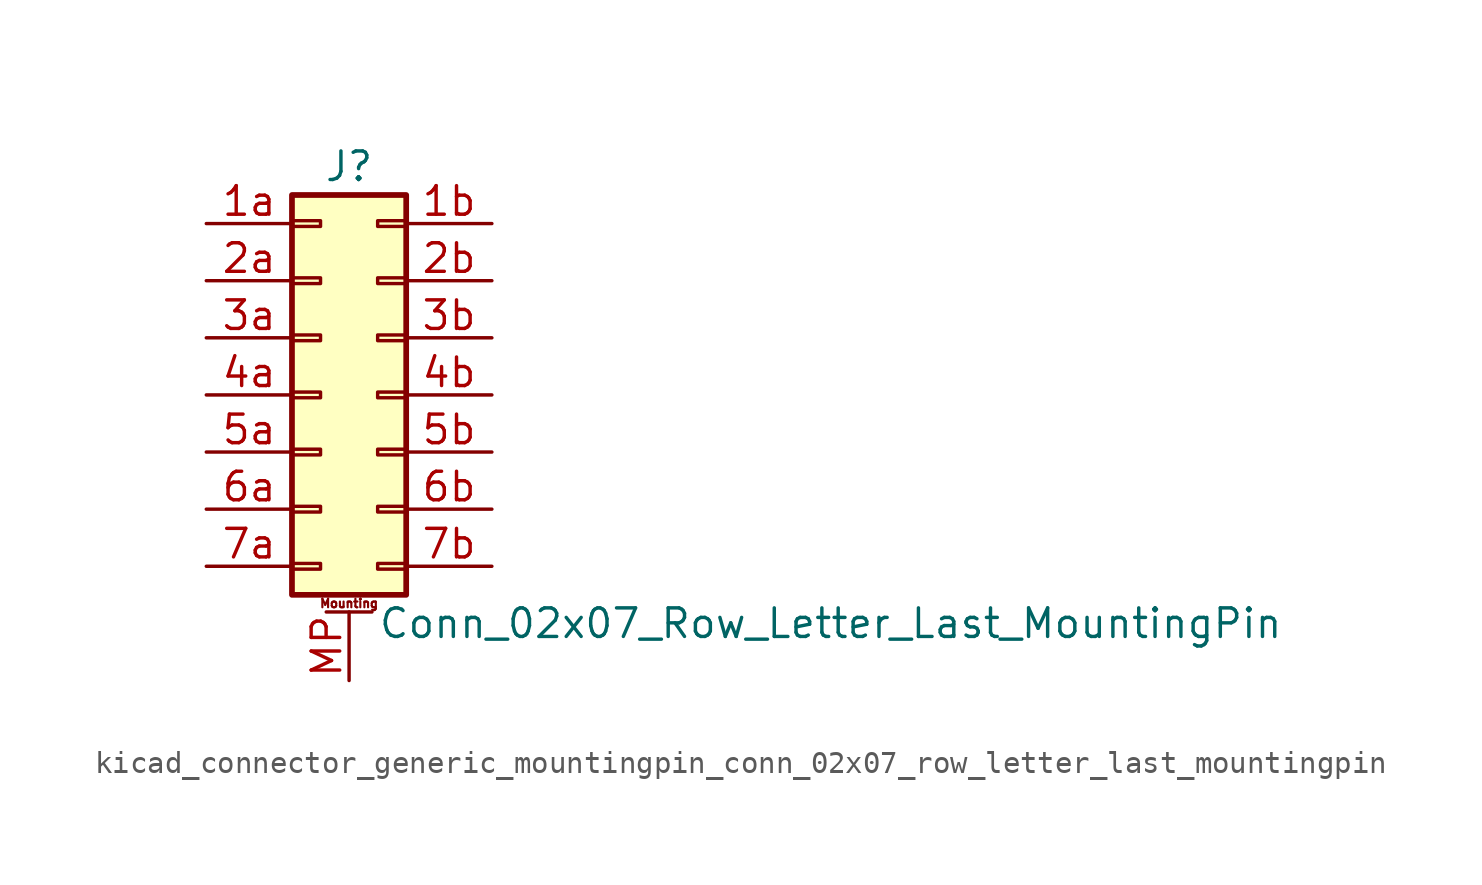
<source format=kicad_sym>
(kicad_symbol_lib
  (version 20220914)
  (generator kicad_symbol_editor)
  (symbol "kicad_connector_generic_mountingpin_conn_02x07_row_letter_last_mountingpin"
    (pin_names
      (offset 1.016) hide)
    (property "Reference" "J"
      (at 1.27 10.16 0)
      (effects (font (size 1.27 1.27))))
    (property "Value" "Conn_02x07_Row_Letter_Last_MountingPin"
      (at 2.54 -10.16 0)
      (effects (font (size 1.27 1.27)) (justify left)))
    (symbol "kicad_connector_generic_mountingpin_conn_02x07_row_letter_last_mountingpin_1_1"
      (rectangle (start -1.27 -7.493) (end 0 -7.747) (stroke (width 0.152) (type default)) (fill (type none)))
      (rectangle (start -1.27 -4.953) (end 0 -5.207) (stroke (width 0.152) (type default)) (fill (type none)))
      (rectangle (start -1.27 -2.413) (end 0 -2.667) (stroke (width 0.152) (type default)) (fill (type none)))
      (rectangle (start -1.27 0.127) (end 0 -0.127) (stroke (width 0.152) (type default)) (fill (type none)))
      (rectangle (start -1.27 2.667) (end 0 2.413) (stroke (width 0.152) (type default)) (fill (type none)))
      (rectangle (start -1.27 5.207) (end 0 4.953) (stroke (width 0.152) (type default)) (fill (type none)))
      (rectangle (start -1.27 7.747) (end 0 7.493) (stroke (width 0.152) (type default)) (fill (type none)))
      (rectangle (start -1.27 8.89) (end 3.81 -8.89) (stroke (width 0.254) (type default)) (fill (type background)))
      (polyline (pts (xy 0.254 -9.652) (xy 2.286 -9.652)) (stroke (width 0.152) (type default)) (fill (type none)))
      (rectangle (start 3.81 -7.493) (end 2.54 -7.747) (stroke (width 0.152) (type default)) (fill (type none)))
      (rectangle (start 3.81 -4.953) (end 2.54 -5.207) (stroke (width 0.152) (type default)) (fill (type none)))
      (rectangle (start 3.81 -2.413) (end 2.54 -2.667) (stroke (width 0.152) (type default)) (fill (type none)))
      (rectangle (start 3.81 0.127) (end 2.54 -0.127) (stroke (width 0.152) (type default)) (fill (type none)))
      (rectangle (start 3.81 2.667) (end 2.54 2.413) (stroke (width 0.152) (type default)) (fill (type none)))
      (rectangle (start 3.81 5.207) (end 2.54 4.953) (stroke (width 0.152) (type default)) (fill (type none)))
      (rectangle (start 3.81 7.747) (end 2.54 7.493) (stroke (width 0.152) (type default)) (fill (type none)))
      (text "Mounting" (at 1.27 -9.271 0) (effects (font (size 0.381 0.381))))
      (pin passive line (at -5.08 7.62 0) (length 3.81) (name "Pin_1a" (effects (font (size 1.27 1.27)))) (number "1a" (effects (font (size 1.27 1.27)))))
      (pin passive line (at 7.62 7.62 180) (length 3.81) (name "Pin_1b" (effects (font (size 1.27 1.27)))) (number "1b" (effects (font (size 1.27 1.27)))))
      (pin passive line (at -5.08 5.08 0) (length 3.81) (name "Pin_2a" (effects (font (size 1.27 1.27)))) (number "2a" (effects (font (size 1.27 1.27)))))
      (pin passive line (at 7.62 5.08 180) (length 3.81) (name "Pin_2b" (effects (font (size 1.27 1.27)))) (number "2b" (effects (font (size 1.27 1.27)))))
      (pin passive line (at -5.08 2.54 0) (length 3.81) (name "Pin_3a" (effects (font (size 1.27 1.27)))) (number "3a" (effects (font (size 1.27 1.27)))))
      (pin passive line (at 7.62 2.54 180) (length 3.81) (name "Pin_3b" (effects (font (size 1.27 1.27)))) (number "3b" (effects (font (size 1.27 1.27)))))
      (pin passive line (at -5.08 0 0) (length 3.81) (name "Pin_4a" (effects (font (size 1.27 1.27)))) (number "4a" (effects (font (size 1.27 1.27)))))
      (pin passive line (at 7.62 0 180) (length 3.81) (name "Pin_4b" (effects (font (size 1.27 1.27)))) (number "4b" (effects (font (size 1.27 1.27)))))
      (pin passive line (at -5.08 -2.54 0) (length 3.81) (name "Pin_5a" (effects (font (size 1.27 1.27)))) (number "5a" (effects (font (size 1.27 1.27)))))
      (pin passive line (at 7.62 -2.54 180) (length 3.81) (name "Pin_5b" (effects (font (size 1.27 1.27)))) (number "5b" (effects (font (size 1.27 1.27)))))
      (pin passive line (at -5.08 -5.08 0) (length 3.81) (name "Pin_6a" (effects (font (size 1.27 1.27)))) (number "6a" (effects (font (size 1.27 1.27)))))
      (pin passive line (at 7.62 -5.08 180) (length 3.81) (name "Pin_6b" (effects (font (size 1.27 1.27)))) (number "6b" (effects (font (size 1.27 1.27)))))
      (pin passive line (at -5.08 -7.62 0) (length 3.81) (name "Pin_7a" (effects (font (size 1.27 1.27)))) (number "7a" (effects (font (size 1.27 1.27)))))
      (pin passive line (at 7.62 -7.62 180) (length 3.81) (name "Pin_7b" (effects (font (size 1.27 1.27)))) (number "7b" (effects (font (size 1.27 1.27)))))
      (pin passive line (at 1.27 -12.7 90) (length 3.048) (name "MountPin" (effects (font (size 1.27 1.27)))) (number "MP" (effects (font (size 1.27 1.27))))))))
</source>
